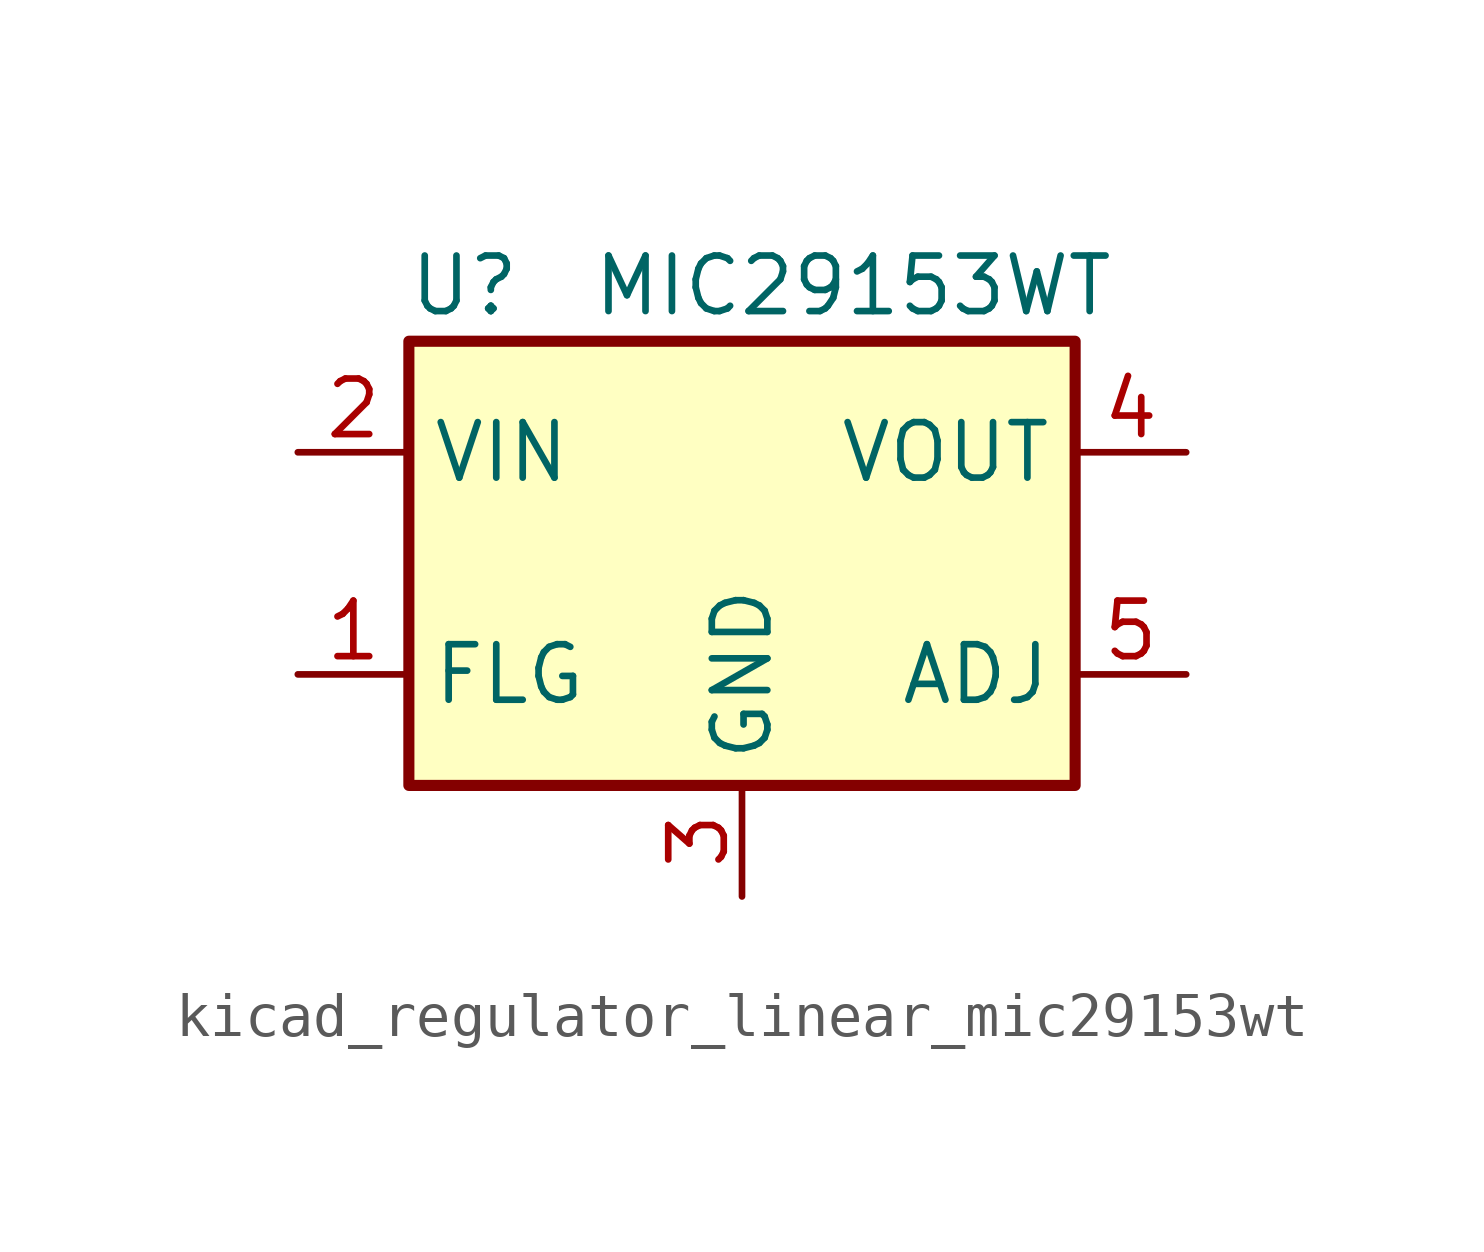
<source format=kicad_sym>
(kicad_symbol_lib
  (version 20220914)
  (generator kicad_symbol_editor)
  (symbol "kicad_regulator_linear_mic29153wt"
    (property "Reference" "U"
      (at -6.35 6.35 0)
      (effects (font (size 1.27 1.27))))
    (property "Value" "MIC29153WT"
      (at 2.54 6.35 0)
      (effects (font (size 1.27 1.27))))
    (symbol "kicad_regulator_linear_mic29153wt_1_1"
      (rectangle (start -7.62 5.08) (end 7.62 -5.08) (stroke (width 0.254) (type default)) (fill (type background)))
      (pin open_collector line (at -10.16 -2.54 0) (length 2.54) (name "FLG" (effects (font (size 1.27 1.27)))) (number "1" (effects (font (size 1.27 1.27)))))
      (pin power_in line (at -10.16 2.54 0) (length 2.54) (name "VIN" (effects (font (size 1.27 1.27)))) (number "2" (effects (font (size 1.27 1.27)))))
      (pin power_in line (at 0 -7.62 90) (length 2.54) (name "GND" (effects (font (size 1.27 1.27)))) (number "3" (effects (font (size 1.27 1.27)))))
      (pin power_out line (at 10.16 2.54 180) (length 2.54) (name "VOUT" (effects (font (size 1.27 1.27)))) (number "4" (effects (font (size 1.27 1.27)))))
      (pin input line (at 10.16 -2.54 180) (length 2.54) (name "ADJ" (effects (font (size 1.27 1.27)))) (number "5" (effects (font (size 1.27 1.27))))))))
</source>
